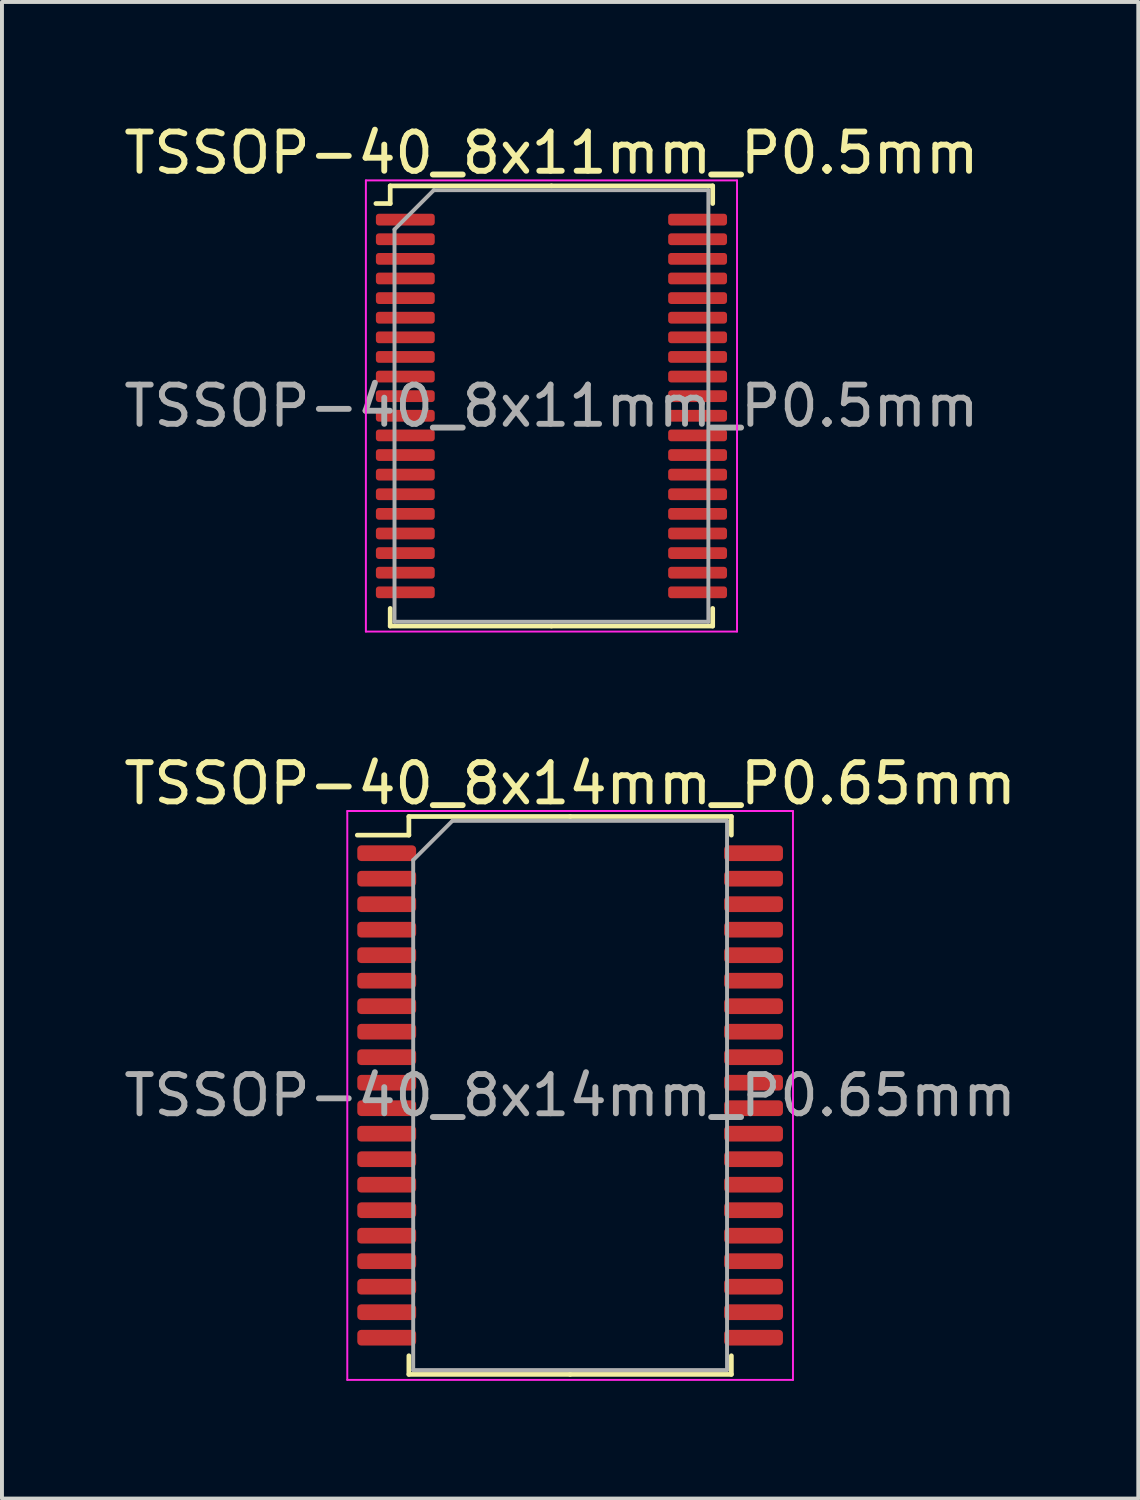
<source format=kicad_pcb>
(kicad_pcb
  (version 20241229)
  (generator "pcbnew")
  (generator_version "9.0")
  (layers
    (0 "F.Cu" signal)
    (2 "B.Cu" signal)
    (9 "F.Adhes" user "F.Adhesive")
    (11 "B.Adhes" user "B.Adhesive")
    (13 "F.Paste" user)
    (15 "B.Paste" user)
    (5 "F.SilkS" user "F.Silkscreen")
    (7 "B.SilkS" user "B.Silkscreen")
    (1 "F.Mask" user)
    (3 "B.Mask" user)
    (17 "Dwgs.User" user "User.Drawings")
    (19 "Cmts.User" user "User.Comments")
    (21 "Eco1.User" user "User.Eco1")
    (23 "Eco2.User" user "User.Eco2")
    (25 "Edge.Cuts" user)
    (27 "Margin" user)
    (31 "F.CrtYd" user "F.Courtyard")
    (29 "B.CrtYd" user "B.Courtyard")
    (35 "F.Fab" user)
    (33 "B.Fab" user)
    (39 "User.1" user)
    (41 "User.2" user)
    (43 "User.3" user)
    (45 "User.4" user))
  (footprint "TSSOP-40_8x14mm_P0.65mm"
    (layer "F.Cu")
    (at 11.482 24.872)
    (property "Reference" "TSSOP-40_8x14mm_P0.65mm" (at 0 -7.95 0) (layer "F.SilkS") (effects (font (size 1 1) (thickness 0.15))))
    (attr smd)
    (fp_line (start -4.11 -7.11) (end -4.11 -6.635) (stroke (width 0.12) (type solid)) (layer "F.SilkS"))
    (fp_line (start -4.11 -6.635) (end -5.425 -6.635) (stroke (width 0.12) (type solid)) (layer "F.SilkS"))
    (fp_line (start -4.11 7.11) (end -4.11 6.635) (stroke (width 0.12) (type solid)) (layer "F.SilkS"))
    (fp_line (start 0 -7.11) (end -4.11 -7.11) (stroke (width 0.12) (type solid)) (layer "F.SilkS"))
    (fp_line (start 0 -7.11) (end 4.11 -7.11) (stroke (width 0.12) (type solid)) (layer "F.SilkS"))
    (fp_line (start 0 7.11) (end -4.11 7.11) (stroke (width 0.12) (type solid)) (layer "F.SilkS"))
    (fp_line (start 0 7.11) (end 4.11 7.11) (stroke (width 0.12) (type solid)) (layer "F.SilkS"))
    (fp_line (start 4.11 -7.11) (end 4.11 -6.635) (stroke (width 0.12) (type solid)) (layer "F.SilkS"))
    (fp_line (start 4.11 7.11) (end 4.11 6.635) (stroke (width 0.12) (type solid)) (layer "F.SilkS"))
    (fp_line (start -5.68 -7.25) (end -5.68 7.25) (stroke (width 0.05) (type solid)) (layer "F.CrtYd"))
    (fp_line (start -5.68 7.25) (end 5.68 7.25) (stroke (width 0.05) (type solid)) (layer "F.CrtYd"))
    (fp_line (start 5.68 -7.25) (end -5.68 -7.25) (stroke (width 0.05) (type solid)) (layer "F.CrtYd"))
    (fp_line (start 5.68 7.25) (end 5.68 -7.25) (stroke (width 0.05) (type solid)) (layer "F.CrtYd"))
    (fp_line (start -4 -6) (end -3 -7) (stroke (width 0.1) (type solid)) (layer "F.Fab"))
    (fp_line (start -4 7) (end -4 -6) (stroke (width 0.1) (type solid)) (layer "F.Fab"))
    (fp_line (start -3 -7) (end 4 -7) (stroke (width 0.1) (type solid)) (layer "F.Fab"))
    (fp_line (start 4 -7) (end 4 7) (stroke (width 0.1) (type solid)) (layer "F.Fab"))
    (fp_line (start 4 7) (end -4 7) (stroke (width 0.1) (type solid)) (layer "F.Fab"))
    (fp_text user "${REFERENCE}" (at 0 0 0) (layer "F.Fab") (effects (font (size 1 1) (thickness 0.15))))
    (pad "1" smd roundrect (at -4.675 -6.175) (size 1.5 0.4) (layers "F.Cu" "F.Mask" "F.Paste") (roundrect_rratio 0.25))
    (pad "2" smd roundrect (at -4.675 -5.525) (size 1.5 0.4) (layers "F.Cu" "F.Mask" "F.Paste") (roundrect_rratio 0.25))
    (pad "3" smd roundrect (at -4.675 -4.875) (size 1.5 0.4) (layers "F.Cu" "F.Mask" "F.Paste") (roundrect_rratio 0.25))
    (pad "4" smd roundrect (at -4.675 -4.225) (size 1.5 0.4) (layers "F.Cu" "F.Mask" "F.Paste") (roundrect_rratio 0.25))
    (pad "5" smd roundrect (at -4.675 -3.575) (size 1.5 0.4) (layers "F.Cu" "F.Mask" "F.Paste") (roundrect_rratio 0.25))
    (pad "6" smd roundrect (at -4.675 -2.925) (size 1.5 0.4) (layers "F.Cu" "F.Mask" "F.Paste") (roundrect_rratio 0.25))
    (pad "7" smd roundrect (at -4.675 -2.275) (size 1.5 0.4) (layers "F.Cu" "F.Mask" "F.Paste") (roundrect_rratio 0.25))
    (pad "8" smd roundrect (at -4.675 -1.625) (size 1.5 0.4) (layers "F.Cu" "F.Mask" "F.Paste") (roundrect_rratio 0.25))
    (pad "9" smd roundrect (at -4.675 -0.975) (size 1.5 0.4) (layers "F.Cu" "F.Mask" "F.Paste") (roundrect_rratio 0.25))
    (pad "10" smd roundrect (at -4.675 -0.325) (size 1.5 0.4) (layers "F.Cu" "F.Mask" "F.Paste") (roundrect_rratio 0.25))
    (pad "11" smd roundrect (at -4.675 0.325) (size 1.5 0.4) (layers "F.Cu" "F.Mask" "F.Paste") (roundrect_rratio 0.25))
    (pad "12" smd roundrect (at -4.675 0.975) (size 1.5 0.4) (layers "F.Cu" "F.Mask" "F.Paste") (roundrect_rratio 0.25))
    (pad "13" smd roundrect (at -4.675 1.625) (size 1.5 0.4) (layers "F.Cu" "F.Mask" "F.Paste") (roundrect_rratio 0.25))
    (pad "14" smd roundrect (at -4.675 2.275) (size 1.5 0.4) (layers "F.Cu" "F.Mask" "F.Paste") (roundrect_rratio 0.25))
    (pad "15" smd roundrect (at -4.675 2.925) (size 1.5 0.4) (layers "F.Cu" "F.Mask" "F.Paste") (roundrect_rratio 0.25))
    (pad "16" smd roundrect (at -4.675 3.575) (size 1.5 0.4) (layers "F.Cu" "F.Mask" "F.Paste") (roundrect_rratio 0.25))
    (pad "17" smd roundrect (at -4.675 4.225) (size 1.5 0.4) (layers "F.Cu" "F.Mask" "F.Paste") (roundrect_rratio 0.25))
    (pad "18" smd roundrect (at -4.675 4.875) (size 1.5 0.4) (layers "F.Cu" "F.Mask" "F.Paste") (roundrect_rratio 0.25))
    (pad "19" smd roundrect (at -4.675 5.525) (size 1.5 0.4) (layers "F.Cu" "F.Mask" "F.Paste") (roundrect_rratio 0.25))
    (pad "20" smd roundrect (at -4.675 6.175) (size 1.5 0.4) (layers "F.Cu" "F.Mask" "F.Paste") (roundrect_rratio 0.25))
    (pad "21" smd roundrect (at 4.675 6.175) (size 1.5 0.4) (layers "F.Cu" "F.Mask" "F.Paste") (roundrect_rratio 0.25))
    (pad "22" smd roundrect (at 4.675 5.525) (size 1.5 0.4) (layers "F.Cu" "F.Mask" "F.Paste") (roundrect_rratio 0.25))
    (pad "23" smd roundrect (at 4.675 4.875) (size 1.5 0.4) (layers "F.Cu" "F.Mask" "F.Paste") (roundrect_rratio 0.25))
    (pad "24" smd roundrect (at 4.675 4.225) (size 1.5 0.4) (layers "F.Cu" "F.Mask" "F.Paste") (roundrect_rratio 0.25))
    (pad "25" smd roundrect (at 4.675 3.575) (size 1.5 0.4) (layers "F.Cu" "F.Mask" "F.Paste") (roundrect_rratio 0.25))
    (pad "26" smd roundrect (at 4.675 2.925) (size 1.5 0.4) (layers "F.Cu" "F.Mask" "F.Paste") (roundrect_rratio 0.25))
    (pad "27" smd roundrect (at 4.675 2.275) (size 1.5 0.4) (layers "F.Cu" "F.Mask" "F.Paste") (roundrect_rratio 0.25))
    (pad "28" smd roundrect (at 4.675 1.625) (size 1.5 0.4) (layers "F.Cu" "F.Mask" "F.Paste") (roundrect_rratio 0.25))
    (pad "29" smd roundrect (at 4.675 0.975) (size 1.5 0.4) (layers "F.Cu" "F.Mask" "F.Paste") (roundrect_rratio 0.25))
    (pad "30" smd roundrect (at 4.675 0.325) (size 1.5 0.4) (layers "F.Cu" "F.Mask" "F.Paste") (roundrect_rratio 0.25))
    (pad "31" smd roundrect (at 4.675 -0.325) (size 1.5 0.4) (layers "F.Cu" "F.Mask" "F.Paste") (roundrect_rratio 0.25))
    (pad "32" smd roundrect (at 4.675 -0.975) (size 1.5 0.4) (layers "F.Cu" "F.Mask" "F.Paste") (roundrect_rratio 0.25))
    (pad "33" smd roundrect (at 4.675 -1.625) (size 1.5 0.4) (layers "F.Cu" "F.Mask" "F.Paste") (roundrect_rratio 0.25))
    (pad "34" smd roundrect (at 4.675 -2.275) (size 1.5 0.4) (layers "F.Cu" "F.Mask" "F.Paste") (roundrect_rratio 0.25))
    (pad "35" smd roundrect (at 4.675 -2.925) (size 1.5 0.4) (layers "F.Cu" "F.Mask" "F.Paste") (roundrect_rratio 0.25))
    (pad "36" smd roundrect (at 4.675 -3.575) (size 1.5 0.4) (layers "F.Cu" "F.Mask" "F.Paste") (roundrect_rratio 0.25))
    (pad "37" smd roundrect (at 4.675 -4.225) (size 1.5 0.4) (layers "F.Cu" "F.Mask" "F.Paste") (roundrect_rratio 0.25))
    (pad "38" smd roundrect (at 4.675 -4.875) (size 1.5 0.4) (layers "F.Cu" "F.Mask" "F.Paste") (roundrect_rratio 0.25))
    (pad "39" smd roundrect (at 4.675 -5.525) (size 1.5 0.4) (layers "F.Cu" "F.Mask" "F.Paste") (roundrect_rratio 0.25))
    (pad "40" smd roundrect (at 4.675 -6.175) (size 1.5 0.4) (layers "F.Cu" "F.Mask" "F.Paste") (roundrect_rratio 0.25)))
  (footprint "TSSOP-40_8x11mm_P0.5mm"
    (layer "F.Cu")
    (at 11.006 7.298)
    (property "Reference" "TSSOP-40_8x11mm_P0.5mm" (at 0 -6.45 0) (layer "F.SilkS") (effects (font (size 1 1) (thickness 0.15))))
    (attr smd)
    (fp_line (start -4.11 -5.61) (end -4.11 -5.16) (stroke (width 0.12) (type solid)) (layer "F.SilkS"))
    (fp_line (start -4.11 -5.16) (end -4.475 -5.16) (stroke (width 0.12) (type solid)) (layer "F.SilkS"))
    (fp_line (start -4.11 5.61) (end -4.11 5.16) (stroke (width 0.12) (type solid)) (layer "F.SilkS"))
    (fp_line (start 0 -5.61) (end -4.11 -5.61) (stroke (width 0.12) (type solid)) (layer "F.SilkS"))
    (fp_line (start 0 -5.61) (end 4.11 -5.61) (stroke (width 0.12) (type solid)) (layer "F.SilkS"))
    (fp_line (start 0 5.61) (end -4.11 5.61) (stroke (width 0.12) (type solid)) (layer "F.SilkS"))
    (fp_line (start 0 5.61) (end 4.11 5.61) (stroke (width 0.12) (type solid)) (layer "F.SilkS"))
    (fp_line (start 4.11 -5.61) (end 4.11 -5.16) (stroke (width 0.12) (type solid)) (layer "F.SilkS"))
    (fp_line (start 4.11 5.61) (end 4.11 5.16) (stroke (width 0.12) (type solid)) (layer "F.SilkS"))
    (fp_line (start -4.73 -5.75) (end -4.73 5.75) (stroke (width 0.05) (type solid)) (layer "F.CrtYd"))
    (fp_line (start -4.73 5.75) (end 4.73 5.75) (stroke (width 0.05) (type solid)) (layer "F.CrtYd"))
    (fp_line (start 4.73 -5.75) (end -4.73 -5.75) (stroke (width 0.05) (type solid)) (layer "F.CrtYd"))
    (fp_line (start 4.73 5.75) (end 4.73 -5.75) (stroke (width 0.05) (type solid)) (layer "F.CrtYd"))
    (fp_line (start -4 -4.5) (end -3 -5.5) (stroke (width 0.1) (type solid)) (layer "F.Fab"))
    (fp_line (start -4 5.5) (end -4 -4.5) (stroke (width 0.1) (type solid)) (layer "F.Fab"))
    (fp_line (start -3 -5.5) (end 4 -5.5) (stroke (width 0.1) (type solid)) (layer "F.Fab"))
    (fp_line (start 4 -5.5) (end 4 5.5) (stroke (width 0.1) (type solid)) (layer "F.Fab"))
    (fp_line (start 4 5.5) (end -4 5.5) (stroke (width 0.1) (type solid)) (layer "F.Fab"))
    (fp_text user "${REFERENCE}" (at 0 0 0) (layer "F.Fab") (effects (font (size 1 1) (thickness 0.15))))
    (pad "1" smd roundrect (at -3.725 -4.75) (size 1.5 0.3) (layers "F.Cu" "F.Mask" "F.Paste") (roundrect_rratio 0.25))
    (pad "2" smd roundrect (at -3.725 -4.25) (size 1.5 0.3) (layers "F.Cu" "F.Mask" "F.Paste") (roundrect_rratio 0.25))
    (pad "3" smd roundrect (at -3.725 -3.75) (size 1.5 0.3) (layers "F.Cu" "F.Mask" "F.Paste") (roundrect_rratio 0.25))
    (pad "4" smd roundrect (at -3.725 -3.25) (size 1.5 0.3) (layers "F.Cu" "F.Mask" "F.Paste") (roundrect_rratio 0.25))
    (pad "5" smd roundrect (at -3.725 -2.75) (size 1.5 0.3) (layers "F.Cu" "F.Mask" "F.Paste") (roundrect_rratio 0.25))
    (pad "6" smd roundrect (at -3.725 -2.25) (size 1.5 0.3) (layers "F.Cu" "F.Mask" "F.Paste") (roundrect_rratio 0.25))
    (pad "7" smd roundrect (at -3.725 -1.75) (size 1.5 0.3) (layers "F.Cu" "F.Mask" "F.Paste") (roundrect_rratio 0.25))
    (pad "8" smd roundrect (at -3.725 -1.25) (size 1.5 0.3) (layers "F.Cu" "F.Mask" "F.Paste") (roundrect_rratio 0.25))
    (pad "9" smd roundrect (at -3.725 -0.75) (size 1.5 0.3) (layers "F.Cu" "F.Mask" "F.Paste") (roundrect_rratio 0.25))
    (pad "10" smd roundrect (at -3.725 -0.25) (size 1.5 0.3) (layers "F.Cu" "F.Mask" "F.Paste") (roundrect_rratio 0.25))
    (pad "11" smd roundrect (at -3.725 0.25) (size 1.5 0.3) (layers "F.Cu" "F.Mask" "F.Paste") (roundrect_rratio 0.25))
    (pad "12" smd roundrect (at -3.725 0.75) (size 1.5 0.3) (layers "F.Cu" "F.Mask" "F.Paste") (roundrect_rratio 0.25))
    (pad "13" smd roundrect (at -3.725 1.25) (size 1.5 0.3) (layers "F.Cu" "F.Mask" "F.Paste") (roundrect_rratio 0.25))
    (pad "14" smd roundrect (at -3.725 1.75) (size 1.5 0.3) (layers "F.Cu" "F.Mask" "F.Paste") (roundrect_rratio 0.25))
    (pad "15" smd roundrect (at -3.725 2.25) (size 1.5 0.3) (layers "F.Cu" "F.Mask" "F.Paste") (roundrect_rratio 0.25))
    (pad "16" smd roundrect (at -3.725 2.75) (size 1.5 0.3) (layers "F.Cu" "F.Mask" "F.Paste") (roundrect_rratio 0.25))
    (pad "17" smd roundrect (at -3.725 3.25) (size 1.5 0.3) (layers "F.Cu" "F.Mask" "F.Paste") (roundrect_rratio 0.25))
    (pad "18" smd roundrect (at -3.725 3.75) (size 1.5 0.3) (layers "F.Cu" "F.Mask" "F.Paste") (roundrect_rratio 0.25))
    (pad "19" smd roundrect (at -3.725 4.25) (size 1.5 0.3) (layers "F.Cu" "F.Mask" "F.Paste") (roundrect_rratio 0.25))
    (pad "20" smd roundrect (at -3.725 4.75) (size 1.5 0.3) (layers "F.Cu" "F.Mask" "F.Paste") (roundrect_rratio 0.25))
    (pad "21" smd roundrect (at 3.725 4.75) (size 1.5 0.3) (layers "F.Cu" "F.Mask" "F.Paste") (roundrect_rratio 0.25))
    (pad "22" smd roundrect (at 3.725 4.25) (size 1.5 0.3) (layers "F.Cu" "F.Mask" "F.Paste") (roundrect_rratio 0.25))
    (pad "23" smd roundrect (at 3.725 3.75) (size 1.5 0.3) (layers "F.Cu" "F.Mask" "F.Paste") (roundrect_rratio 0.25))
    (pad "24" smd roundrect (at 3.725 3.25) (size 1.5 0.3) (layers "F.Cu" "F.Mask" "F.Paste") (roundrect_rratio 0.25))
    (pad "25" smd roundrect (at 3.725 2.75) (size 1.5 0.3) (layers "F.Cu" "F.Mask" "F.Paste") (roundrect_rratio 0.25))
    (pad "26" smd roundrect (at 3.725 2.25) (size 1.5 0.3) (layers "F.Cu" "F.Mask" "F.Paste") (roundrect_rratio 0.25))
    (pad "27" smd roundrect (at 3.725 1.75) (size 1.5 0.3) (layers "F.Cu" "F.Mask" "F.Paste") (roundrect_rratio 0.25))
    (pad "28" smd roundrect (at 3.725 1.25) (size 1.5 0.3) (layers "F.Cu" "F.Mask" "F.Paste") (roundrect_rratio 0.25))
    (pad "29" smd roundrect (at 3.725 0.75) (size 1.5 0.3) (layers "F.Cu" "F.Mask" "F.Paste") (roundrect_rratio 0.25))
    (pad "30" smd roundrect (at 3.725 0.25) (size 1.5 0.3) (layers "F.Cu" "F.Mask" "F.Paste") (roundrect_rratio 0.25))
    (pad "31" smd roundrect (at 3.725 -0.25) (size 1.5 0.3) (layers "F.Cu" "F.Mask" "F.Paste") (roundrect_rratio 0.25))
    (pad "32" smd roundrect (at 3.725 -0.75) (size 1.5 0.3) (layers "F.Cu" "F.Mask" "F.Paste") (roundrect_rratio 0.25))
    (pad "33" smd roundrect (at 3.725 -1.25) (size 1.5 0.3) (layers "F.Cu" "F.Mask" "F.Paste") (roundrect_rratio 0.25))
    (pad "34" smd roundrect (at 3.725 -1.75) (size 1.5 0.3) (layers "F.Cu" "F.Mask" "F.Paste") (roundrect_rratio 0.25))
    (pad "35" smd roundrect (at 3.725 -2.25) (size 1.5 0.3) (layers "F.Cu" "F.Mask" "F.Paste") (roundrect_rratio 0.25))
    (pad "36" smd roundrect (at 3.725 -2.75) (size 1.5 0.3) (layers "F.Cu" "F.Mask" "F.Paste") (roundrect_rratio 0.25))
    (pad "37" smd roundrect (at 3.725 -3.25) (size 1.5 0.3) (layers "F.Cu" "F.Mask" "F.Paste") (roundrect_rratio 0.25))
    (pad "38" smd roundrect (at 3.725 -3.75) (size 1.5 0.3) (layers "F.Cu" "F.Mask" "F.Paste") (roundrect_rratio 0.25))
    (pad "39" smd roundrect (at 3.725 -4.25) (size 1.5 0.3) (layers "F.Cu" "F.Mask" "F.Paste") (roundrect_rratio 0.25))
    (pad "40" smd roundrect (at 3.725 -4.75) (size 1.5 0.3) (layers "F.Cu" "F.Mask" "F.Paste") (roundrect_rratio 0.25)))
  (gr_rect
    (start -3 -3)
    (end 25.964 35.147)
    (stroke (width 0.1) (type default))
    (fill no)
    (layer "Edge.Cuts")))
</source>
